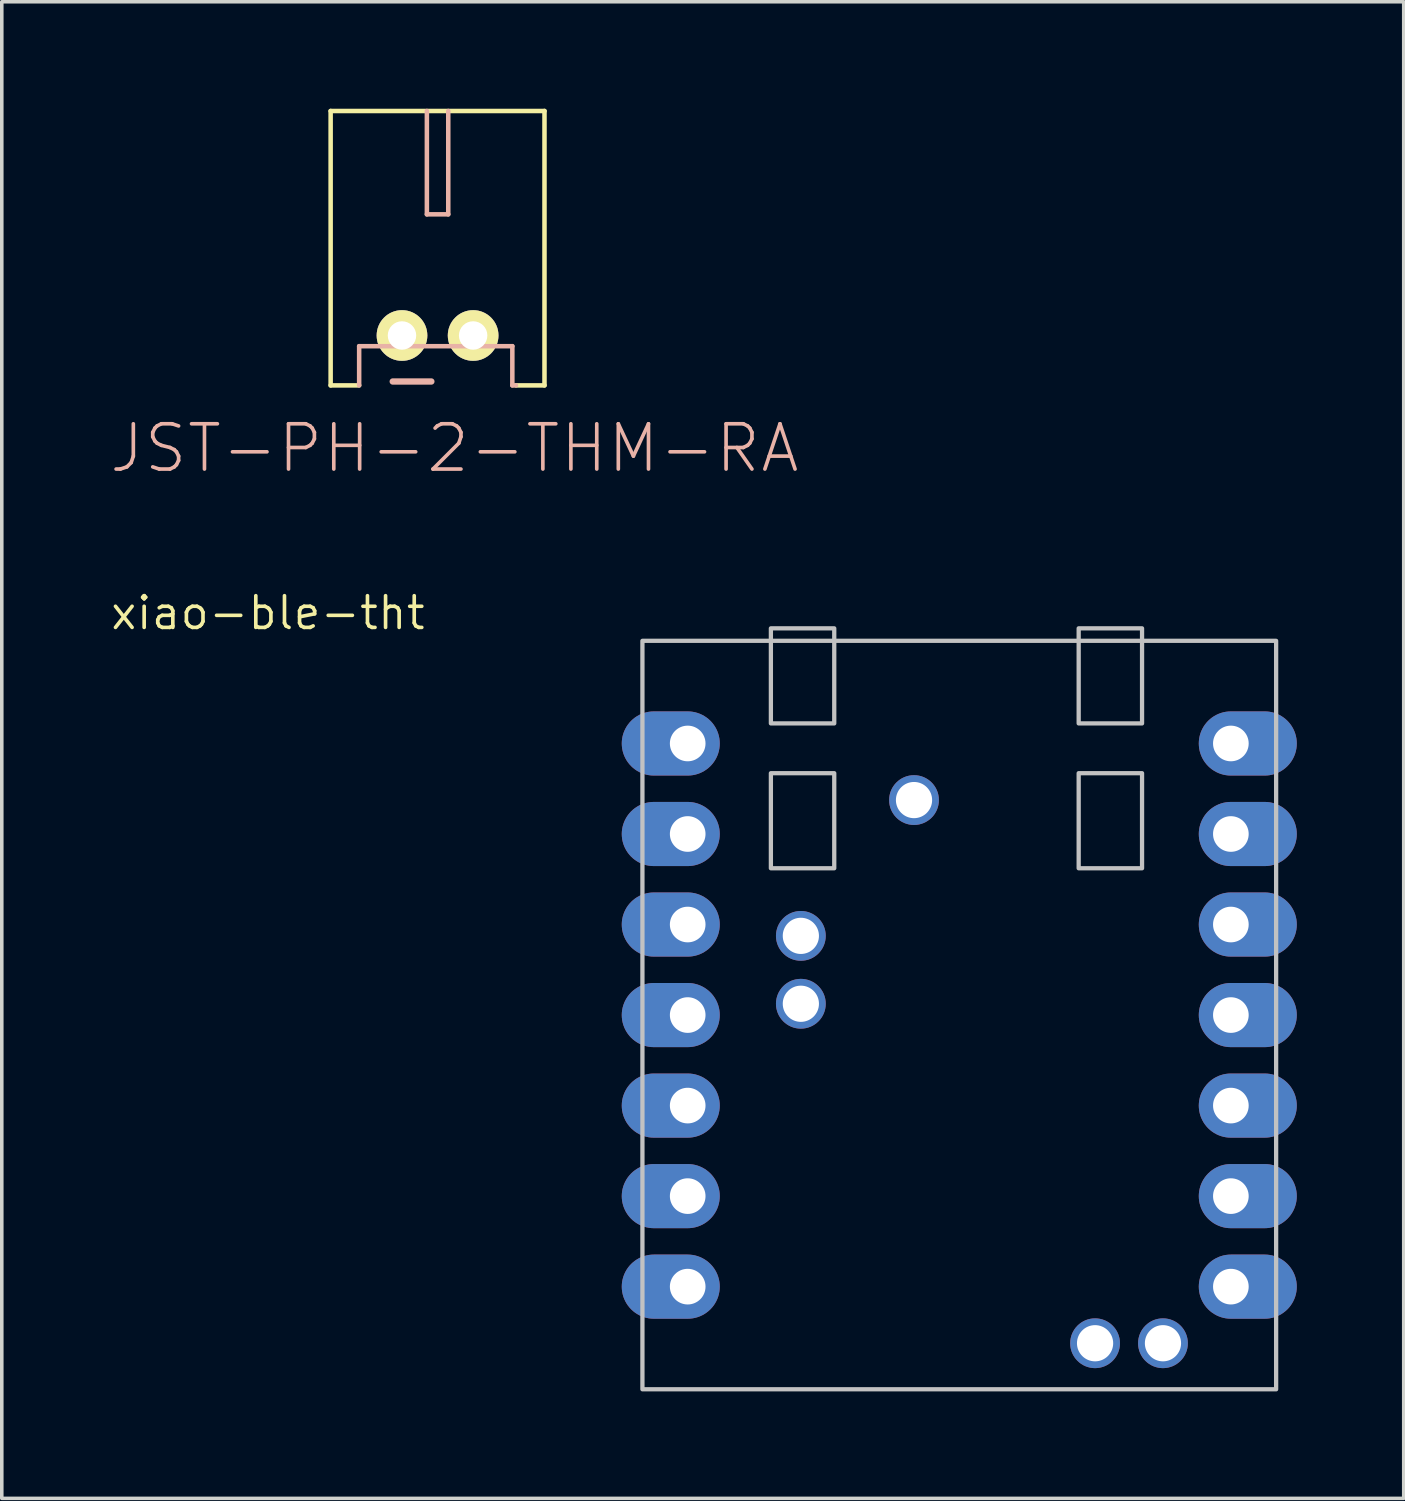
<source format=kicad_pcb>
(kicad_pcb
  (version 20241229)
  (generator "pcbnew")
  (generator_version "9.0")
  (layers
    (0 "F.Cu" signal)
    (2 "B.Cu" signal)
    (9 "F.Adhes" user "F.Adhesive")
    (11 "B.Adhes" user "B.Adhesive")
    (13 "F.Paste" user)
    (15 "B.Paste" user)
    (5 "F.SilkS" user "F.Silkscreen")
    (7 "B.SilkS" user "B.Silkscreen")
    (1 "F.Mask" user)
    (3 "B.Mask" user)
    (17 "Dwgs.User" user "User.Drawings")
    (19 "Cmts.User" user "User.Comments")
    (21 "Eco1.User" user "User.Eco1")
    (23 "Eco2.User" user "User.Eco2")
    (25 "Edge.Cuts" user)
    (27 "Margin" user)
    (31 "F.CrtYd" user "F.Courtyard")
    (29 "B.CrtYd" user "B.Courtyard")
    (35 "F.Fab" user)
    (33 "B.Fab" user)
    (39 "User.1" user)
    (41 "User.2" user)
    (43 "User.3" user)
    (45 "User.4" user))
  (footprint "JST-PH-2-THM-RA"
    (layer "F.Cu")
    (at 9.227 6.363)
    (property "Reference" "JST-PH-2-THM-RA" (at 0.475 3.165 0) (layer "B.SilkS") (effects (font (size 1.27 1.27) (thickness 0.102))))
    (attr exclude_from_pos_files exclude_from_bom)
    (fp_line (start -3 -6.299) (end 3 -6.299) (stroke (width 0.127) (type solid)) (layer "F.SilkS"))
    (fp_line (start -3 1.4) (end -3 -6.299) (stroke (width 0.127) (type solid)) (layer "F.SilkS"))
    (fp_line (start -2.2 1.4) (end -3 1.4) (stroke (width 0.127) (type solid)) (layer "F.SilkS"))
    (fp_line (start 3 -6.299) (end 3 1.4) (stroke (width 0.127) (type solid)) (layer "F.SilkS"))
    (fp_line (start 3 1.4) (end 2.2 1.4) (stroke (width 0.127) (type solid)) (layer "F.SilkS"))
    (fp_line (start -2.2 0.3) (end 2.098 0.3) (stroke (width 0.127) (type solid)) (layer "B.SilkS"))
    (fp_line (start -2.2 1.4) (end -2.2 0.3) (stroke (width 0.127) (type solid)) (layer "B.SilkS"))
    (fp_line (start -0.3 -6.299) (end -0.3 -3.399) (stroke (width 0.127) (type solid)) (layer "B.SilkS"))
    (fp_line (start -0.3 -3.399) (end 0.3 -3.399) (stroke (width 0.127) (type solid)) (layer "B.SilkS"))
    (fp_line (start 0.3 -3.399) (end 0.3 -6.299) (stroke (width 0.127) (type solid)) (layer "B.SilkS"))
    (fp_line (start 2.098 0.3) (end 2.098 1.4) (stroke (width 0.127) (type solid)) (layer "B.SilkS"))
    (fp_line (start 2.098 1.4) (end 2.2 1.4) (stroke (width 0.127) (type solid)) (layer "B.SilkS"))
    (fp_text user "-" (at -0.716 1.184 0) (layer "B.SilkS") (effects (font (size 1.422 1.422) (thickness 0.178))))
    (pad "1" thru_hole circle (at 0.998 0) (size 1.422 1.422) (drill 0.798) (layers "*.Cu" "F.Mask" "F.SilkS" "F.Paste"))
    (pad "2" thru_hole circle (at -0.998 0) (size 1.422 1.422) (drill 0.798) (layers "*.Cu" "F.Mask" "F.SilkS" "F.Paste")))
  (footprint "xiao-ble-tht"
    (layer "F.Cu")
    (at 23.865 25.43)
    (property "Reference" "xiao-ble-tht" (at -19.399 -11.283 0) (layer "F.SilkS") (effects (font (size 0.889 0.889) (thickness 0.102))))
    (attr smd exclude_from_pos_files)
    (fp_rect (start -8.89 10.5) (end 8.89 -10.5) (stroke (width 0.12) (type solid)) (fill no) (layer "Dwgs.User"))
    (fp_rect (start -5.286 -6.786) (end -3.508 -4.119) (stroke (width 0.12) (type solid)) (fill no) (layer "Dwgs.User"))
    (fp_rect (start -3.508 -8.183) (end -5.286 -10.85) (stroke (width 0.12) (type solid)) (fill no) (layer "Dwgs.User"))
    (fp_rect (start 3.35 -10.85) (end 5.128 -8.183) (stroke (width 0.12) (type solid)) (fill no) (layer "Dwgs.User"))
    (fp_rect (start 3.35 -6.786) (end 5.128 -4.119) (stroke (width 0.12) (type solid)) (fill no) (layer "Dwgs.User"))
    (pad "1" thru_hole oval (at -7.62 -7.62) (size 2.75 1.8) (drill 1 (offset -0.475 0)) (layers "*.Cu" "*.Mask"))
    (pad "2" thru_hole oval (at -7.62 -5.08) (size 2.75 1.8) (drill 1 (offset -0.475 0)) (layers "*.Cu" "*.Mask"))
    (pad "3" thru_hole oval (at -7.62 -2.54) (size 2.75 1.8) (drill 1 (offset -0.475 0)) (layers "*.Cu" "*.Mask"))
    (pad "4" thru_hole oval (at -7.62 0) (size 2.75 1.8) (drill 1 (offset -0.475 0)) (layers "*.Cu" "*.Mask"))
    (pad "5" thru_hole oval (at -7.62 2.54) (size 2.75 1.8) (drill 1 (offset -0.475 0)) (layers "*.Cu" "*.Mask"))
    (pad "6" thru_hole oval (at -7.62 5.08) (size 2.75 1.8) (drill 1 (offset -0.475 0)) (layers "*.Cu" "*.Mask"))
    (pad "7" thru_hole oval (at -7.62 7.62) (size 2.75 1.8) (drill 1 (offset -0.475 0)) (layers "*.Cu" "*.Mask"))
    (pad "8" thru_hole oval (at 7.62 7.62 180) (size 2.75 1.8) (drill 1 (offset -0.475 0)) (layers "*.Cu" "*.Mask"))
    (pad "9" thru_hole oval (at 7.62 5.08 180) (size 2.75 1.8) (drill 1 (offset -0.475 0)) (layers "*.Cu" "*.Mask"))
    (pad "10" thru_hole oval (at 7.62 2.54 180) (size 2.75 1.8) (drill 1 (offset -0.475 0)) (layers "*.Cu" "*.Mask"))
    (pad "11" thru_hole oval (at 7.62 0 180) (size 2.75 1.8) (drill 1 (offset -0.475 0)) (layers "*.Cu" "*.Mask"))
    (pad "12" thru_hole oval (at 7.62 -2.54 180) (size 2.75 1.8) (drill 1 (offset -0.475 0)) (layers "*.Cu" "*.Mask"))
    (pad "13" thru_hole oval (at 7.62 -5.08 180) (size 2.75 1.8) (drill 1 (offset -0.475 0)) (layers "*.Cu" "*.Mask"))
    (pad "14" thru_hole oval (at 7.62 -7.62 180) (size 2.75 1.8) (drill 1 (offset -0.475 0)) (layers "*.Cu" "*.Mask"))
    (pad "15" thru_hole circle (at -1.27 -6.032 90) (size 1.397 1.397) (drill 1.016) (layers "*.Cu" "*.Mask"))
    (pad "16" thru_hole circle (at -4.445 -2.222 180) (size 1.397 1.397) (drill 1.016) (layers "*.Cu" "*.Mask"))
    (pad "17" thru_hole circle (at -4.445 -0.317 180) (size 1.397 1.397) (drill 1.016) (layers "*.Cu" "*.Mask"))
    (pad "18" thru_hole circle (at 3.81 9.208 180) (size 1.397 1.397) (drill 1.016) (layers "*.Cu" "*.Mask"))
    (pad "19" thru_hole circle (at 5.715 9.208 180) (size 1.397 1.397) (drill 1.016) (layers "*.Cu" "*.Mask")))
  (gr_rect
    (start -3 -3)
    (end 36.335 38.99)
    (stroke (width 0.1) (type default))
    (fill no)
    (layer "Edge.Cuts")))
</source>
